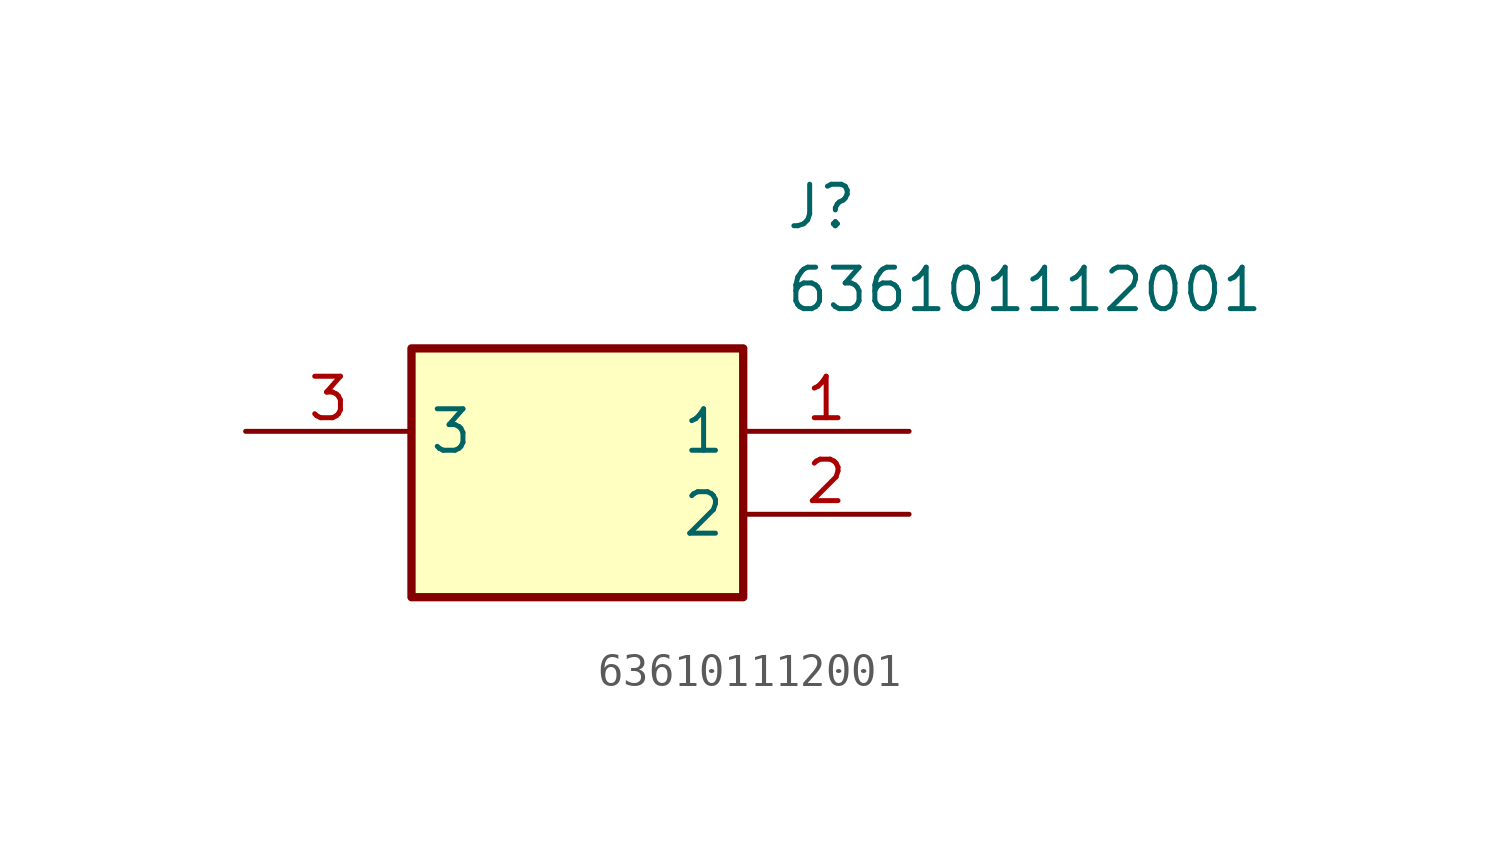
<source format=kicad_sym>
(kicad_symbol_lib
  (version 20211014)
  (generator SamacSys_ECAD_Model)
  (symbol "636101112001"
    (property "Reference" "J"
      (at 16.51 7.62 0)
      (effects (font (size 1.27 1.27)) (justify left top)))
    (property "Value" "636101112001"
      (at 16.51 5.08 0)
      (effects (font (size 1.27 1.27)) (justify left top)))
    (rectangle
      (start 5.08 2.54)
      (end 15.24 -5.08)
      (stroke (width 0.254) (type default))
      (fill (type background)))
    (pin passive line
      (at 20.32 0 180)
      (length 5.08)
      (name "1" (effects (font (size 1.27 1.27))))
      (number "1" (effects (font (size 1.27 1.27)))))
    (pin passive line
      (at 20.32 -2.54 180)
      (length 5.08)
      (name "2" (effects (font (size 1.27 1.27))))
      (number "2" (effects (font (size 1.27 1.27)))))
    (pin passive line
      (at 0 0 0)
      (length 5.08)
      (name "3" (effects (font (size 1.27 1.27))))
      (number "3" (effects (font (size 1.27 1.27)))))))
</source>
